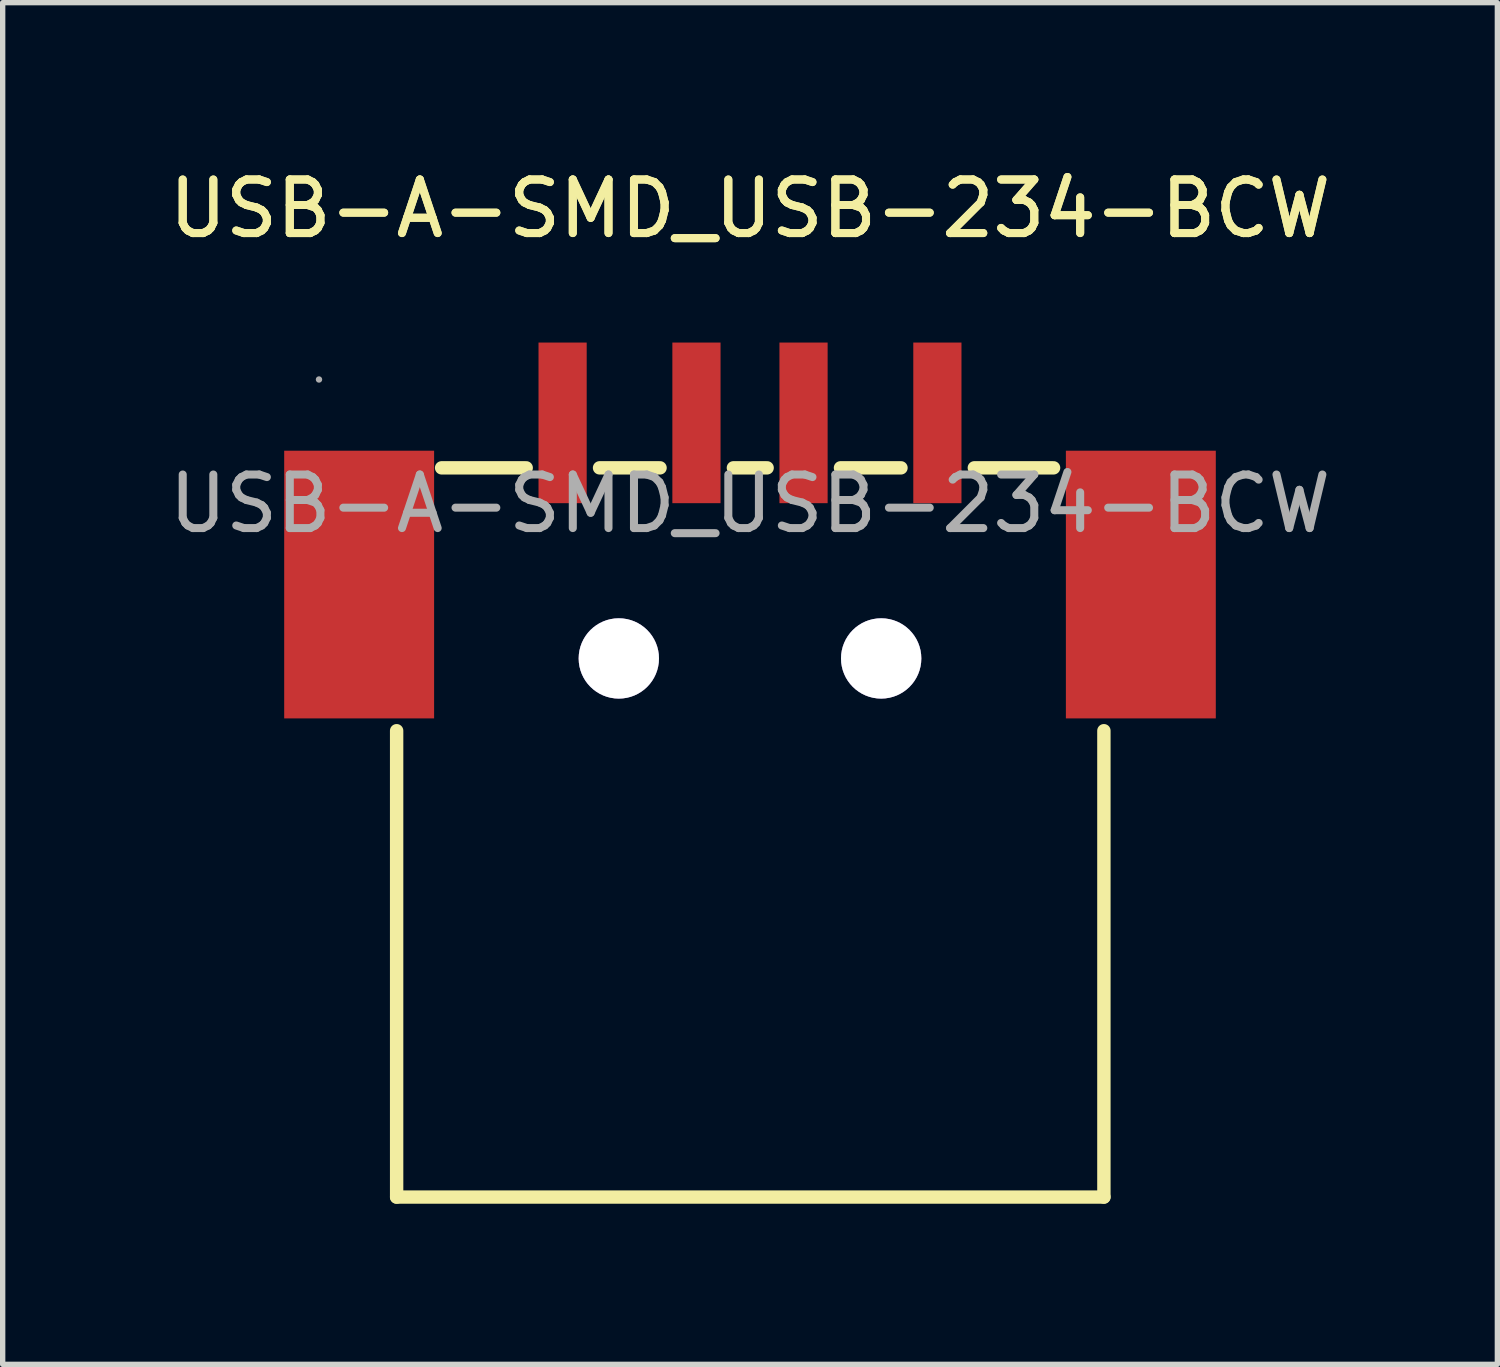
<source format=kicad_pcb>
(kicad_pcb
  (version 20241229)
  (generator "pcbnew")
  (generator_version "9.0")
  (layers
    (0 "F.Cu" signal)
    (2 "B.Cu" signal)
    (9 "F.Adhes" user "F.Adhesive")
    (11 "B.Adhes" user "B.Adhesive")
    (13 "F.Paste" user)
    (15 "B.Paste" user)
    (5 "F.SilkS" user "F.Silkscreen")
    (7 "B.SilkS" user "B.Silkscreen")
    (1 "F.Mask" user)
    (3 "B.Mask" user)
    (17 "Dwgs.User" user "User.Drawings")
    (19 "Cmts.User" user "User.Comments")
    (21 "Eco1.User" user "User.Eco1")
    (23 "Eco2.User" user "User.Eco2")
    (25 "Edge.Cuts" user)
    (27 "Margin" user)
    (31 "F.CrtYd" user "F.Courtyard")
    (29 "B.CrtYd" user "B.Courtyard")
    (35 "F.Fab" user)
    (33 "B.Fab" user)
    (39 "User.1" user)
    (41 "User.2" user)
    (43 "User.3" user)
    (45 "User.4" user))
  (footprint "USB-A-SMD_USB-234-BCW"
    (layer "F.Cu")
    (at 10.958 6.358)
    (property "Reference" "USB-A-SMD_USB-234-BCW" (at 0 -5.51 0) (layer "F.SilkS") (effects (font (size 1 1) (thickness 0.15))))
    (attr smd)
    (fp_line (start -6.6 4.24) (end -6.6 12.95) (stroke (width 0.25) (type solid)) (layer "F.SilkS"))
    (fp_line (start -6.6 12.95) (end 6.61 12.95) (stroke (width 0.25) (type solid)) (layer "F.SilkS"))
    (fp_line (start -5.76 -0.67) (end -4.18 -0.67) (stroke (width 0.25) (type solid)) (layer "F.SilkS"))
    (fp_line (start -2.81 -0.67) (end -1.68 -0.67) (stroke (width 0.25) (type solid)) (layer "F.SilkS"))
    (fp_line (start -0.31 -0.67) (end 0.32 -0.67) (stroke (width 0.25) (type solid)) (layer "F.SilkS"))
    (fp_line (start 1.69 -0.67) (end 2.82 -0.67) (stroke (width 0.25) (type solid)) (layer "F.SilkS"))
    (fp_line (start 4.19 -0.67) (end 5.67 -0.67) (stroke (width 0.25) (type solid)) (layer "F.SilkS"))
    (fp_line (start 6.61 12.95) (end 6.61 4.24) (stroke (width 0.25) (type solid)) (layer "F.SilkS"))
    (fp_circle (center -2.45 2.89) (end -2.15 2.89) (stroke (width 0.6) (type solid)) (fill no) (layer "Cmts.User"))
    (fp_circle (center 2.45 2.89) (end 2.75 2.89) (stroke (width 0.6) (type solid)) (fill no) (layer "Cmts.User"))
    (fp_circle (center -8.05 -2.32) (end -8.02 -2.32) (stroke (width 0.06) (type solid)) (fill no) (layer "F.Fab"))
    (fp_text user "${REFERENCE}" (at 0 -5.51 0) (layer "F.SilkS") (effects (font (size 1 1) (thickness 0.15))))
    (fp_text user "${REFERENCE}" (at 0 0 0) (layer "F.Fab") (effects (font (size 1 1) (thickness 0.15))))
    (pad "" thru_hole circle (at -2.45 2.89) (size 1.5 1.5) (drill 1.5) (layers "*.Cu" "*.Mask"))
    (pad "" thru_hole circle (at 2.45 2.89) (size 1.5 1.5) (drill 1.5) (layers "*.Cu" "*.Mask"))
    (pad "1" smd rect (at -3.5 -1.51) (size 0.9 3) (layers "F.Cu" "F.Mask" "F.Paste"))
    (pad "2" smd rect (at -1 -1.51) (size 0.9 3) (layers "F.Cu" "F.Mask" "F.Paste"))
    (pad "3" smd rect (at 1 -1.51) (size 0.9 3) (layers "F.Cu" "F.Mask" "F.Paste"))
    (pad "4" smd rect (at 3.5 -1.51) (size 0.9 3) (layers "F.Cu" "F.Mask" "F.Paste"))
    (pad "5" smd rect (at -7.3 1.51) (size 2.8 5) (layers "F.Cu" "F.Mask" "F.Paste"))
    (pad "6" smd rect (at 7.3 1.51) (size 2.8 5) (layers "F.Cu" "F.Mask" "F.Paste")))
  (gr_rect
    (start -3 -3)
    (end 24.917 22.433)
    (stroke (width 0.1) (type default))
    (fill no)
    (layer "Edge.Cuts")))
</source>
